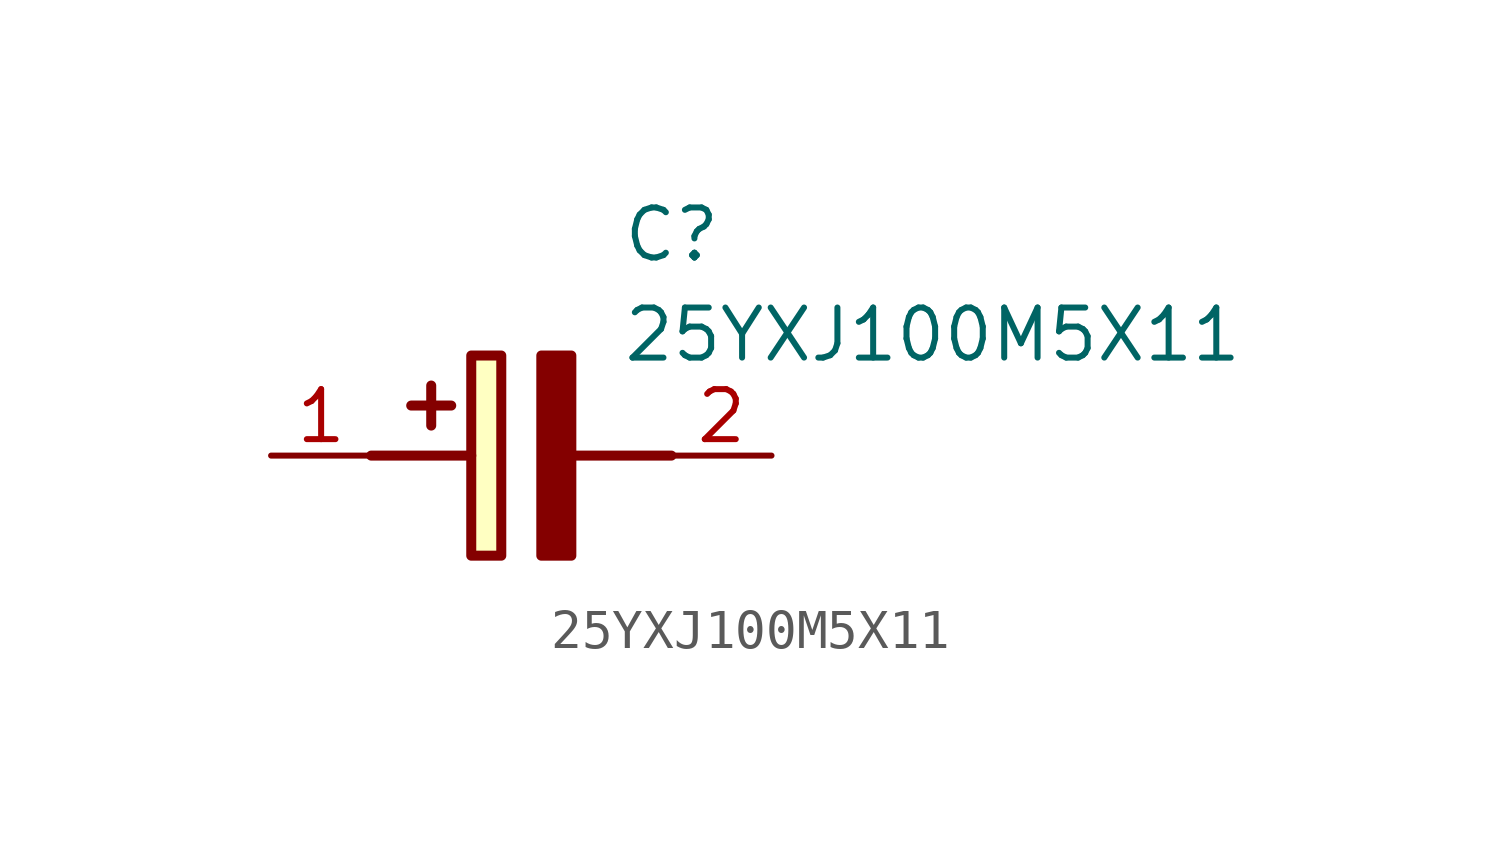
<source format=kicad_sym>
(kicad_symbol_lib
  (version 20211014)
  (generator SamacSys_ECAD_Model)
  (symbol "25YXJ100M5X11"
    (pin_names hide)
    (property "Reference" "C"
      (at 8.89 6.35 0)
      (effects (font (size 1.27 1.27)) (justify left top)))
    (property "Value" "25YXJ100M5X11"
      (at 8.89 3.81 0)
      (effects (font (size 1.27 1.27)) (justify left top)))
    (rectangle
      (start 5.08 2.54)
      (end 5.842 -2.54)
      (stroke (width 0.254) (type default))
      (fill (type background)))
    (polyline
      (pts (xy 4.572 1.27) (xy 3.556 1.27))
      (stroke (width 0.254) (type default))
      (fill (type none)))
    (polyline
      (pts (xy 4.064 1.778) (xy 4.064 0.762))
      (stroke (width 0.254) (type default))
      (fill (type none)))
    (polyline
      (pts (xy 2.54 0) (xy 5.08 0))
      (stroke (width 0.254) (type default))
      (fill (type none)))
    (polyline
      (pts (xy 7.62 0) (xy 10.16 0))
      (stroke (width 0.254) (type default))
      (fill (type none)))
    (polyline
      (pts (xy 7.62 2.54) (xy 7.62 -2.54) (xy 6.858 -2.54) (xy 6.858 2.54) (xy 7.62 2.54))
      (stroke (width 0.254) (type default))
      (fill (type outline)))
    (pin passive line
      (at 0 0 0)
      (length 2.54)
      (name "+" (effects (font (size 1.27 1.27))))
      (number "1" (effects (font (size 1.27 1.27)))))
    (pin passive line
      (at 12.7 0 180)
      (length 2.54)
      (name "-" (effects (font (size 1.27 1.27))))
      (number "2" (effects (font (size 1.27 1.27)))))))
</source>
